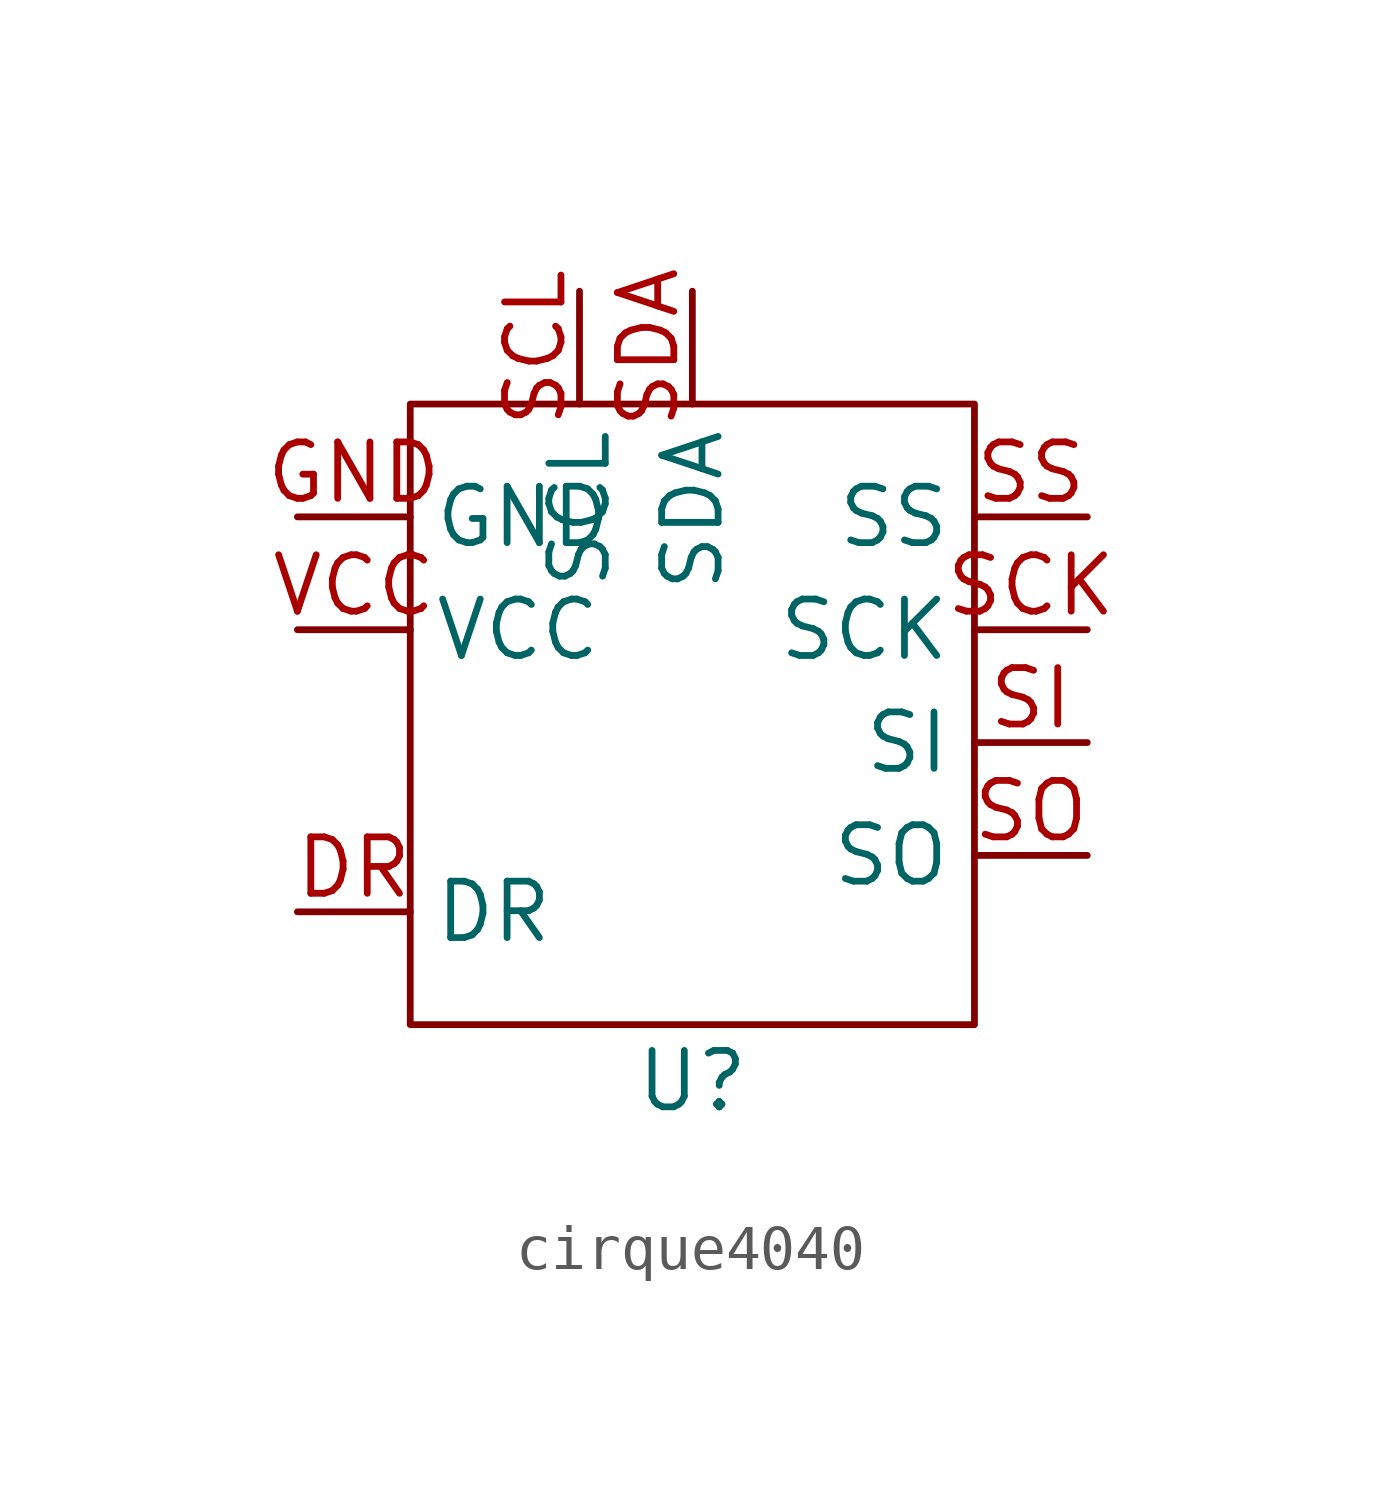
<source format=kicad_sym>
(kicad_symbol_lib
  (version 20220914)
  (generator kicad_symbol_editor)
  (symbol "cirque4040"
    (property "Reference" "U"
      (at 0 -8.89 0)
      (effects (font (size 1.27 1.27))))
    (property "Value" ""
      (at 0 0 0)
      (effects (font (size 1.27 1.27))))
    (symbol "cirque4040_0_1"
      (rectangle (start -6.35 6.35) (end 6.35 -7.62) (stroke (width 0) (type default)) (fill (type none))))
    (symbol "cirque4040_1_1"
      (pin input line (at -8.89 -5.08 0) (length 2.54) (name "DR" (effects (font (size 1.27 1.27)))) (number "DR" (effects (font (size 1.27 1.27)))))
      (pin input line (at -8.89 3.81 0) (length 2.54) (name "GND" (effects (font (size 1.27 1.27)))) (number "GND" (effects (font (size 1.27 1.27)))))
      (pin input line (at 8.89 1.27 180) (length 2.54) (name "SCK" (effects (font (size 1.27 1.27)))) (number "SCK" (effects (font (size 1.27 1.27)))))
      (pin input line (at -2.54 8.89 270) (length 2.54) (name "SCL" (effects (font (size 1.27 1.27)))) (number "SCL" (effects (font (size 1.27 1.27)))))
      (pin input line (at 0 8.89 270) (length 2.54) (name "SDA" (effects (font (size 1.27 1.27)))) (number "SDA" (effects (font (size 1.27 1.27)))))
      (pin input line (at 8.89 -1.27 180) (length 2.54) (name "SI" (effects (font (size 1.27 1.27)))) (number "SI" (effects (font (size 1.27 1.27)))))
      (pin input line (at 8.89 -3.81 180) (length 2.54) (name "SO" (effects (font (size 1.27 1.27)))) (number "SO" (effects (font (size 1.27 1.27)))))
      (pin input line (at 8.89 3.81 180) (length 2.54) (name "SS" (effects (font (size 1.27 1.27)))) (number "SS" (effects (font (size 1.27 1.27)))))
      (pin input line (at -8.89 1.27 0) (length 2.54) (name "VCC" (effects (font (size 1.27 1.27)))) (number "VCC" (effects (font (size 1.27 1.27))))))))
</source>
